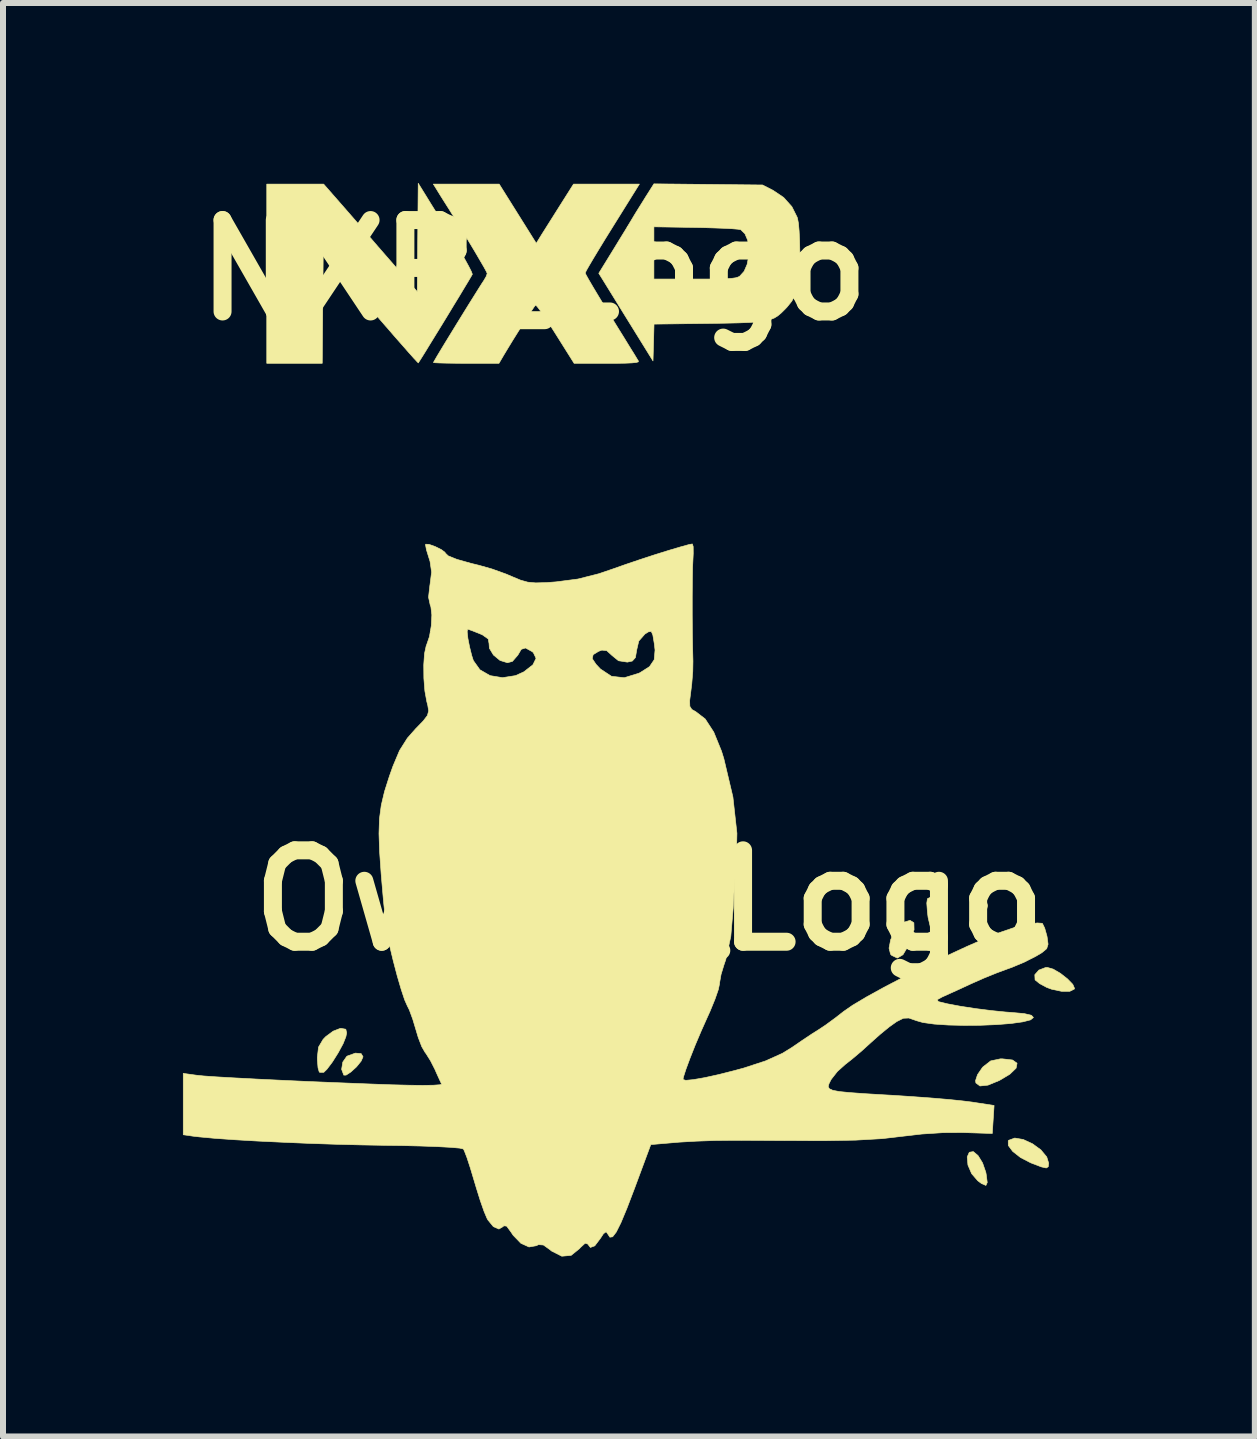
<source format=kicad_pcb>
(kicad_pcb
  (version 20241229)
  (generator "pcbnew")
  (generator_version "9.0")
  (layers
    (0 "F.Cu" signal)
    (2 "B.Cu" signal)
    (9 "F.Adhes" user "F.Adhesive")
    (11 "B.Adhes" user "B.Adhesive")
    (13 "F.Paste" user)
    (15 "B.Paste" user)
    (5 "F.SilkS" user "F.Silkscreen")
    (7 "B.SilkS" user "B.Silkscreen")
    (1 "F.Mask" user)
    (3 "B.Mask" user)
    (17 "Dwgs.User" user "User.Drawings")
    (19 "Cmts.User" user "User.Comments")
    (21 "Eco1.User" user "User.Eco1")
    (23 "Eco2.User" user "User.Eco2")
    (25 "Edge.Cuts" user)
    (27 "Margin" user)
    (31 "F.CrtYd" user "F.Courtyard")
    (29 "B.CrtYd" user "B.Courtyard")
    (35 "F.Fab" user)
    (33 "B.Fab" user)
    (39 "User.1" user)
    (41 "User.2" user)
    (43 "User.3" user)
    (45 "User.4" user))
  (footprint "NXP_Logo"
    (layer "F.Cu")
    (at 5.849 1.453)
    (property "Reference" "NXP_Logo" (at 0 0 0) (layer "F.SilkS") (effects (font (size 1.524 1.524) (thickness 0.3))))
    (attr through_hole)
    (fp_poly (pts (xy -1.789 -1.225) (xy -1.729 -1.127) (xy -1.645 -0.992) (xy -1.545 -0.831) (xy -1.437 -0.656) (xy -1.331 -0.485) (xy -1.234 -0.326) (xy -1.151 -0.184) (xy -1.086 -0.065) (xy -1.042 0.022) (xy -1.025 0.068) (xy -1.026 0.072) (xy -1.044 0.104) (xy -1.088 0.179) (xy -1.154 0.288) (xy -1.236 0.425) (xy -1.331 0.58) (xy -1.432 0.747) (xy -1.535 0.916) (xy -1.636 1.08) (xy -1.729 1.231) (xy -1.809 1.362) (xy -1.872 1.463) (xy -1.913 1.527) (xy -1.926 1.547) (xy -1.946 1.527) (xy -2.001 1.468) (xy -2.084 1.375) (xy -2.191 1.253) (xy -2.317 1.11) (xy -2.456 0.949) (xy -2.468 0.936) (xy -2.626 0.754) (xy -2.786 0.569) (xy -2.939 0.392) (xy -3.078 0.232) (xy -3.192 0.1) (xy -3.257 0.025) (xy -3.511 -0.268) (xy -3.519 0.643) (xy -3.527 1.554) (xy -4.452 1.554) (xy -4.452 -1.434) (xy -3.504 -1.434) (xy -3.223 -1.113) (xy -3.111 -0.985) (xy -3.004 -0.862) (xy -2.912 -0.757) (xy -2.847 -0.681) (xy -2.838 -0.67) (xy -2.786 -0.609) (xy -2.702 -0.513) (xy -2.596 -0.39) (xy -2.475 -0.251) (xy -2.346 -0.103) (xy -2.339 -0.095) (xy -1.943 0.359) (xy -1.927 -1.448) (xy -1.789 -1.225)) (stroke (width 0.01) (type solid)) (fill yes) (layer "F.SilkS"))
    (fp_poly (pts (xy 3.814 -1.419) (xy 3.99 -1.329) (xy 4.165 -1.211) (xy 4.302 -1.058) (xy 4.39 -0.882) (xy 4.397 -0.858) (xy 4.412 -0.778) (xy 4.423 -0.651) (xy 4.431 -0.489) (xy 4.435 -0.305) (xy 4.436 -0.269) (xy 4.433 -0.036) (xy 4.421 0.149) (xy 4.397 0.295) (xy 4.357 0.415) (xy 4.3 0.519) (xy 4.221 0.617) (xy 4.184 0.656) (xy 4.125 0.714) (xy 4.069 0.761) (xy 4.01 0.798) (xy 3.939 0.826) (xy 3.851 0.848) (xy 3.738 0.863) (xy 3.592 0.873) (xy 3.408 0.88) (xy 3.178 0.885) (xy 2.907 0.889) (xy 2.004 0.9) (xy 1.996 1.207) (xy 1.987 1.514) (xy 1.535 0.784) (xy 1.143 0.149) (xy 2.002 0.149) (xy 2.683 0.149) (xy 2.908 0.149) (xy 3.08 0.147) (xy 3.209 0.143) (xy 3.301 0.137) (xy 3.365 0.128) (xy 3.407 0.115) (xy 3.433 0.101) (xy 3.506 0.02) (xy 3.556 -0.095) (xy 3.582 -0.23) (xy 3.585 -0.369) (xy 3.565 -0.499) (xy 3.52 -0.605) (xy 3.452 -0.672) (xy 3.445 -0.675) (xy 3.401 -0.682) (xy 3.306 -0.69) (xy 3.17 -0.697) (xy 3.001 -0.703) (xy 2.81 -0.709) (xy 2.697 -0.711) (xy 2.002 -0.722) (xy 2.002 0.149) (xy 1.143 0.149) (xy 1.083 0.053) (xy 1.352 -0.384) (xy 1.444 -0.535) (xy 1.529 -0.673) (xy 1.599 -0.789) (xy 1.649 -0.872) (xy 1.669 -0.906) (xy 1.708 -0.97) (xy 1.768 -1.066) (xy 1.838 -1.178) (xy 1.86 -1.214) (xy 2.002 -1.438) (xy 3.814 -1.419)) (stroke (width 0.01) (type solid)) (fill yes) (layer "F.SilkS"))
    (fp_poly (pts (xy 0.041 -0.447) (xy 0.129 -0.59) (xy 0.179 -0.669) (xy 0.252 -0.785) (xy 0.338 -0.921) (xy 0.428 -1.064) (xy 0.44 -1.083) (xy 0.662 -1.434) (xy 1.76 -1.434) (xy 1.309 -0.71) (xy 1.192 -0.522) (xy 1.087 -0.35) (xy 0.997 -0.201) (xy 0.926 -0.081) (xy 0.878 0.003) (xy 0.858 0.045) (xy 0.857 0.048) (xy 0.872 0.081) (xy 0.915 0.158) (xy 0.981 0.271) (xy 1.067 0.415) (xy 1.168 0.582) (xy 1.281 0.766) (xy 1.29 0.78) (xy 1.404 0.965) (xy 1.509 1.134) (xy 1.599 1.281) (xy 1.672 1.398) (xy 1.721 1.479) (xy 1.744 1.516) (xy 1.745 1.517) (xy 1.74 1.53) (xy 1.706 1.54) (xy 1.634 1.547) (xy 1.518 1.552) (xy 1.353 1.554) (xy 1.219 1.554) (xy 0.672 1.554) (xy 0.362 1.061) (xy 0.266 0.91) (xy 0.179 0.78) (xy 0.108 0.676) (xy 0.056 0.608) (xy 0.031 0.583) (xy 0.029 0.583) (xy 0.007 0.611) (xy -0.04 0.681) (xy -0.106 0.782) (xy -0.184 0.905) (xy -0.269 1.039) (xy -0.354 1.175) (xy -0.432 1.303) (xy -0.499 1.414) (xy -0.524 1.457) (xy -0.581 1.554) (xy -1.127 1.554) (xy -1.3 1.553) (xy -1.451 1.551) (xy -1.57 1.548) (xy -1.647 1.544) (xy -1.673 1.54) (xy -1.658 1.512) (xy -1.617 1.441) (xy -1.554 1.336) (xy -1.474 1.204) (xy -1.382 1.054) (xy -1.284 0.894) (xy -1.184 0.732) (xy -1.087 0.575) (xy -0.998 0.433) (xy -0.923 0.313) (xy -0.866 0.223) (xy -0.833 0.173) (xy -0.794 0.106) (xy -0.777 0.057) (xy -0.777 0.056) (xy -0.792 0.022) (xy -0.834 -0.055) (xy -0.9 -0.168) (xy -0.983 -0.31) (xy -1.081 -0.473) (xy -1.188 -0.65) (xy -1.3 -0.833) (xy -1.413 -1.015) (xy -1.508 -1.165) (xy -1.565 -1.256) (xy -1.618 -1.342) (xy -1.624 -1.352) (xy -1.675 -1.434) (xy -0.577 -1.434) (xy 0.041 -0.447)) (stroke (width 0.01) (type solid)) (fill yes) (layer "F.SilkS")))
  (footprint "Owl_1_Logo"
    (layer "F.Cu")
    (at 7.777 11.96)
    (property "Reference" "Owl_1_Logo" (at 0 0 0) (layer "F.SilkS") (effects (font (size 1.524 1.524) (thickness 0.3))))
    (attr through_hole)
    (fp_poly (pts (xy 5.56 -0.147) (xy 5.586 -0.105) (xy 5.636 0.088) (xy 5.59 0.282) (xy 5.518 0.389) (xy 5.397 0.529) (xy 5.361 0.269) (xy 5.352 0.076) (xy 5.376 -0.075) (xy 5.424 -0.172) (xy 5.488 -0.201) (xy 5.56 -0.147)) (stroke (width 0.01) (type solid)) (fill yes) (layer "F.SilkS"))
    (fp_poly (pts (xy -4.807 2.554) (xy -4.775 2.607) (xy -4.807 2.68) (xy -4.883 2.774) (xy -4.977 2.86) (xy -5.058 2.913) (xy -5.096 2.913) (xy -5.132 2.816) (xy -5.112 2.695) (xy -5.047 2.601) (xy -5.033 2.593) (xy -4.902 2.546) (xy -4.807 2.554)) (stroke (width 0.01) (type solid)) (fill yes) (layer "F.SilkS"))
    (fp_poly (pts (xy 5.478 4.255) (xy 5.553 4.377) (xy 5.607 4.533) (xy 5.613 4.564) (xy 5.631 4.703) (xy 5.609 4.752) (xy 5.536 4.721) (xy 5.473 4.674) (xy 5.371 4.556) (xy 5.309 4.412) (xy 5.297 4.277) (xy 5.332 4.199) (xy 5.399 4.188) (xy 5.478 4.255)) (stroke (width 0.01) (type solid)) (fill yes) (layer "F.SilkS"))
    (fp_poly (pts (xy 4.408 0.373) (xy 4.411 0.489) (xy 4.35 0.678) (xy 4.319 0.749) (xy 4.226 0.906) (xy 4.132 0.962) (xy 4.038 0.917) (xy 4.019 0.897) (xy 3.994 0.796) (xy 4.021 0.655) (xy 4.086 0.511) (xy 4.177 0.399) (xy 4.218 0.371) (xy 4.344 0.333) (xy 4.408 0.373)) (stroke (width 0.01) (type solid)) (fill yes) (layer "F.SilkS"))
    (fp_poly (pts (xy 6.053 2.661) (xy 6.128 2.715) (xy 6.112 2.797) (xy 6.007 2.898) (xy 5.835 3.001) (xy 5.643 3.08) (xy 5.51 3.094) (xy 5.442 3.044) (xy 5.436 3.005) (xy 5.469 2.905) (xy 5.549 2.788) (xy 5.56 2.776) (xy 5.688 2.676) (xy 5.848 2.642) (xy 5.887 2.642) (xy 6.053 2.661)) (stroke (width 0.01) (type solid)) (fill yes) (layer "F.SilkS"))
    (fp_poly (pts (xy 4.7 -0.043) (xy 4.78 0.011) (xy 4.866 0.122) (xy 4.887 0.16) (xy 4.943 0.316) (xy 4.952 0.455) (xy 4.922 0.558) (xy 4.861 0.607) (xy 4.778 0.584) (xy 4.723 0.532) (xy 4.681 0.437) (xy 4.645 0.285) (xy 4.634 0.196) (xy 4.623 0.045) (xy 4.634 -0.028) (xy 4.672 -0.047) (xy 4.7 -0.043)) (stroke (width 0.01) (type solid)) (fill yes) (layer "F.SilkS"))
    (fp_poly (pts (xy 6.231 3.986) (xy 6.385 4.057) (xy 6.525 4.159) (xy 6.623 4.277) (xy 6.655 4.381) (xy 6.648 4.44) (xy 6.615 4.461) (xy 6.534 4.443) (xy 6.384 4.386) (xy 6.354 4.374) (xy 6.186 4.287) (xy 6.056 4.185) (xy 5.982 4.086) (xy 5.981 4.008) (xy 5.989 3.999) (xy 6.09 3.962) (xy 6.231 3.986)) (stroke (width 0.01) (type solid)) (fill yes) (layer "F.SilkS"))
    (fp_poly (pts (xy 6.731 1.146) (xy 6.852 1.217) (xy 6.969 1.309) (xy 7.057 1.4) (xy 7.087 1.469) (xy 7.083 1.478) (xy 7.007 1.516) (xy 6.871 1.516) (xy 6.708 1.482) (xy 6.623 1.451) (xy 6.504 1.387) (xy 6.43 1.327) (xy 6.428 1.324) (xy 6.424 1.239) (xy 6.492 1.162) (xy 6.604 1.119) (xy 6.634 1.118) (xy 6.731 1.146)) (stroke (width 0.01) (type solid)) (fill yes) (layer "F.SilkS"))
    (fp_poly (pts (xy -5.062 2.148) (xy -5.048 2.209) (xy -5.061 2.273) (xy -5.107 2.389) (xy -5.189 2.54) (xy -5.285 2.693) (xy -5.376 2.814) (xy -5.429 2.866) (xy -5.497 2.866) (xy -5.505 2.86) (xy -5.525 2.793) (xy -5.536 2.665) (xy -5.537 2.617) (xy -5.517 2.446) (xy -5.44 2.316) (xy -5.395 2.27) (xy -5.273 2.18) (xy -5.157 2.135) (xy -5.14 2.134) (xy -5.062 2.148)) (stroke (width 0.01) (type solid)) (fill yes) (layer "F.SilkS"))
    (fp_poly (pts (xy 0.729 -5.898) (xy 0.73 -5.783) (xy 0.726 -5.702) (xy 0.719 -5.558) (xy 0.715 -5.337) (xy 0.713 -5.064) (xy 0.713 -4.765) (xy 0.715 -4.463) (xy 0.72 -4.184) (xy 0.725 -3.988) (xy 0.722 -3.818) (xy 0.705 -3.608) (xy 0.691 -3.494) (xy 0.67 -3.329) (xy 0.673 -3.235) (xy 0.706 -3.183) (xy 0.769 -3.148) (xy 0.929 -3.025) (xy 1.072 -2.805) (xy 1.201 -2.488) (xy 1.24 -2.362) (xy 1.391 -1.724) (xy 1.458 -1.119) (xy 1.447 -0.625) (xy 1.426 -0.374) (xy 1.408 -0.118) (xy 1.397 0.096) (xy 1.396 0.127) (xy 1.356 0.6) (xy 1.273 0.984) (xy 1.24 1.081) (xy 1.193 1.236) (xy 1.169 1.373) (xy 1.168 1.391) (xy 1.148 1.487) (xy 1.092 1.648) (xy 1.011 1.846) (xy 0.959 1.961) (xy 0.86 2.183) (xy 0.762 2.414) (xy 0.675 2.634) (xy 0.607 2.818) (xy 0.566 2.946) (xy 0.559 2.986) (xy 0.605 3) (xy 0.731 2.988) (xy 0.921 2.955) (xy 1.157 2.903) (xy 1.421 2.836) (xy 1.575 2.794) (xy 1.938 2.675) (xy 2.219 2.548) (xy 2.376 2.451) (xy 2.548 2.333) (xy 2.713 2.223) (xy 2.809 2.163) (xy 2.937 2.078) (xy 3.102 1.957) (xy 3.235 1.853) (xy 3.388 1.747) (xy 3.618 1.61) (xy 3.906 1.451) (xy 4.235 1.279) (xy 4.586 1.102) (xy 4.943 0.93) (xy 5.288 0.77) (xy 5.603 0.632) (xy 5.87 0.525) (xy 6.072 0.456) (xy 6.085 0.453) (xy 6.304 0.4) (xy 6.463 0.376) (xy 6.546 0.382) (xy 6.551 0.385) (xy 6.589 0.463) (xy 6.626 0.594) (xy 6.63 0.617) (xy 6.645 0.731) (xy 6.622 0.805) (xy 6.543 0.871) (xy 6.444 0.93) (xy 6.254 1.027) (xy 6.04 1.117) (xy 5.969 1.142) (xy 5.791 1.208) (xy 5.569 1.298) (xy 5.359 1.391) (xy 5.169 1.479) (xy 4.999 1.556) (xy 4.884 1.608) (xy 4.877 1.611) (xy 4.798 1.655) (xy 4.813 1.685) (xy 4.826 1.69) (xy 4.971 1.725) (xy 5.185 1.765) (xy 5.439 1.804) (xy 5.7 1.837) (xy 5.937 1.861) (xy 6.032 1.868) (xy 6.247 1.887) (xy 6.368 1.916) (xy 6.401 1.952) (xy 6.353 1.992) (xy 6.223 2.025) (xy 6.028 2.052) (xy 5.788 2.071) (xy 5.521 2.082) (xy 5.246 2.084) (xy 4.982 2.078) (xy 4.746 2.062) (xy 4.559 2.036) (xy 4.453 2.006) (xy 4.324 1.961) (xy 4.232 1.965) (xy 4.122 2.02) (xy 4.115 2.025) (xy 3.997 2.109) (xy 3.842 2.236) (xy 3.694 2.368) (xy 3.533 2.514) (xy 3.374 2.648) (xy 3.263 2.735) (xy 3.133 2.852) (xy 3.031 2.982) (xy 3.022 2.998) (xy 2.992 3.058) (xy 2.98 3.104) (xy 2.997 3.139) (xy 3.055 3.166) (xy 3.165 3.187) (xy 3.338 3.204) (xy 3.586 3.222) (xy 3.92 3.242) (xy 4.064 3.25) (xy 4.394 3.272) (xy 4.718 3.296) (xy 5.011 3.321) (xy 5.247 3.346) (xy 5.375 3.362) (xy 5.745 3.419) (xy 5.73 3.653) (xy 5.715 3.886) (xy 5.221 3.87) (xy 4.896 3.872) (xy 4.54 3.895) (xy 4.23 3.931) (xy 3.878 3.972) (xy 3.436 3.997) (xy 2.913 4.006) (xy 2.794 4.006) (xy 2.452 4.004) (xy 2.106 4.003) (xy 1.784 4.001) (xy 1.514 4) (xy 1.372 4) (xy 1.09 4.003) (xy 0.781 4.014) (xy 0.503 4.03) (xy 0.455 4.034) (xy 0.022 4.071) (xy -0.25 4.804) (xy -0.376 5.134) (xy -0.476 5.374) (xy -0.554 5.53) (xy -0.614 5.608) (xy -0.66 5.615) (xy -0.692 5.566) (xy -0.722 5.524) (xy -0.767 5.557) (xy -0.819 5.636) (xy -0.912 5.759) (xy -0.985 5.786) (xy -1.03 5.728) (xy -1.072 5.715) (xy -1.153 5.789) (xy -1.165 5.804) (xy -1.306 5.918) (xy -1.461 5.932) (xy -1.631 5.846) (xy -1.659 5.823) (xy -1.768 5.745) (xy -1.85 5.739) (xy -1.887 5.757) (xy -2.008 5.778) (xy -2.144 5.716) (xy -2.273 5.582) (xy -2.309 5.528) (xy -2.381 5.43) (xy -2.43 5.425) (xy -2.439 5.437) (xy -2.51 5.479) (xy -2.602 5.439) (xy -2.694 5.327) (xy -2.711 5.295) (xy -2.758 5.183) (xy -2.821 5.003) (xy -2.889 4.785) (xy -2.923 4.671) (xy -2.986 4.461) (xy -3.043 4.287) (xy -3.087 4.173) (xy -3.103 4.144) (xy -3.164 4.13) (xy -3.312 4.117) (xy -3.533 4.105) (xy -3.812 4.095) (xy -4.135 4.087) (xy -4.38 4.084) (xy -4.787 4.077) (xy -5.223 4.066) (xy -5.672 4.051) (xy -6.115 4.032) (xy -6.536 4.012) (xy -6.917 3.99) (xy -7.242 3.967) (xy -7.494 3.944) (xy -7.607 3.931) (xy -7.772 3.907) (xy -7.772 2.884) (xy -7.556 2.914) (xy -7.432 2.927) (xy -7.217 2.942) (xy -6.925 2.959) (xy -6.566 2.978) (xy -6.153 2.998) (xy -5.697 3.019) (xy -5.211 3.039) (xy -4.706 3.059) (xy -4.3 3.074) (xy -4.02 3.081) (xy -3.781 3.084) (xy -3.599 3.081) (xy -3.489 3.073) (xy -3.465 3.063) (xy -3.497 2.995) (xy -3.553 2.872) (xy -3.576 2.819) (xy -3.651 2.672) (xy -3.725 2.554) (xy -3.742 2.532) (xy -3.796 2.438) (xy -3.855 2.284) (xy -3.893 2.157) (xy -3.947 1.978) (xy -4.003 1.826) (xy -4.037 1.758) (xy -4.081 1.659) (xy -4.139 1.484) (xy -4.205 1.259) (xy -4.271 1.008) (xy -4.332 0.755) (xy -4.368 0.584) (xy -4.386 0.464) (xy -4.408 0.265) (xy -4.434 0.01) (xy -4.459 -0.278) (xy -4.473 -0.444) (xy -4.499 -0.816) (xy -4.509 -1.113) (xy -4.501 -1.362) (xy -4.471 -1.586) (xy -4.417 -1.814) (xy -4.336 -2.069) (xy -4.277 -2.235) (xy -4.166 -2.499) (xy -4.035 -2.706) (xy -3.898 -2.861) (xy -3.77 -2.993) (xy -3.702 -3.082) (xy -3.681 -3.159) (xy -3.696 -3.253) (xy -3.712 -3.314) (xy -3.744 -3.49) (xy -3.761 -3.705) (xy -3.763 -3.925) (xy -3.75 -4.115) (xy -3.722 -4.244) (xy -3.717 -4.254) (xy -3.668 -4.397) (xy -3.654 -4.478) (xy -3.039 -4.478) (xy -3.027 -4.368) (xy -2.999 -4.226) (xy -2.963 -4.082) (xy -2.936 -3.998) (xy -2.827 -3.845) (xy -2.657 -3.747) (xy -2.45 -3.713) (xy -2.233 -3.747) (xy -2.094 -3.81) (xy -1.943 -3.928) (xy -1.893 -4.03) (xy -0.954 -4.03) (xy -0.891 -3.936) (xy -0.817 -3.857) (xy -0.633 -3.736) (xy -0.42 -3.712) (xy -0.179 -3.786) (xy -0.156 -3.797) (xy 0.001 -3.897) (xy 0.079 -4.012) (xy 0.093 -4.173) (xy 0.08 -4.283) (xy 0.056 -4.425) (xy 0.03 -4.483) (xy -0.017 -4.477) (xy -0.076 -4.44) (xy -0.178 -4.324) (xy -0.213 -4.174) (xy -0.234 -4.048) (xy -0.286 -3.99) (xy -0.369 -3.972) (xy -0.516 -3.995) (xy -0.621 -4.08) (xy -0.712 -4.163) (xy -0.794 -4.172) (xy -0.848 -4.152) (xy -0.939 -4.096) (xy -0.954 -4.03) (xy -1.893 -4.03) (xy -1.891 -4.036) (xy -1.936 -4.131) (xy -1.957 -4.148) (xy -2.066 -4.208) (xy -2.137 -4.186) (xy -2.194 -4.089) (xy -2.285 -3.984) (xy -2.368 -3.962) (xy -2.491 -4) (xy -2.601 -4.091) (xy -2.669 -4.204) (xy -2.674 -4.281) (xy -2.688 -4.358) (xy -2.784 -4.426) (xy -2.83 -4.446) (xy -2.951 -4.494) (xy -3.024 -4.52) (xy -3.031 -4.521) (xy -3.039 -4.478) (xy -3.654 -4.478) (xy -3.637 -4.578) (xy -3.628 -4.758) (xy -3.644 -4.895) (xy -3.655 -4.923) (xy -3.683 -5.054) (xy -3.66 -5.257) (xy -3.658 -5.267) (xy -3.632 -5.473) (xy -3.658 -5.651) (xy -3.678 -5.715) (xy -3.718 -5.844) (xy -3.733 -5.926) (xy -3.731 -5.938) (xy -3.674 -5.935) (xy -3.573 -5.899) (xy -3.47 -5.848) (xy -3.408 -5.802) (xy -3.404 -5.791) (xy -3.354 -5.743) (xy -3.21 -5.685) (xy -2.976 -5.619) (xy -2.845 -5.587) (xy -2.629 -5.526) (xy -2.395 -5.442) (xy -2.291 -5.398) (xy -2.15 -5.339) (xy -2.029 -5.305) (xy -1.896 -5.293) (xy -1.716 -5.298) (xy -1.556 -5.31) (xy -1.194 -5.357) (xy -0.842 -5.446) (xy -0.611 -5.525) (xy -0.401 -5.599) (xy -0.162 -5.68) (xy 0.085 -5.761) (xy 0.319 -5.834) (xy 0.518 -5.893) (xy 0.659 -5.932) (xy 0.715 -5.942) (xy 0.729 -5.898)) (stroke (width 0.01) (type solid)) (fill yes) (layer "F.SilkS")))
  (gr_rect
    (start -3 -3)
    (end 17.869 20.897)
    (stroke (width 0.1) (type default))
    (fill no)
    (layer "Edge.Cuts")))
</source>
